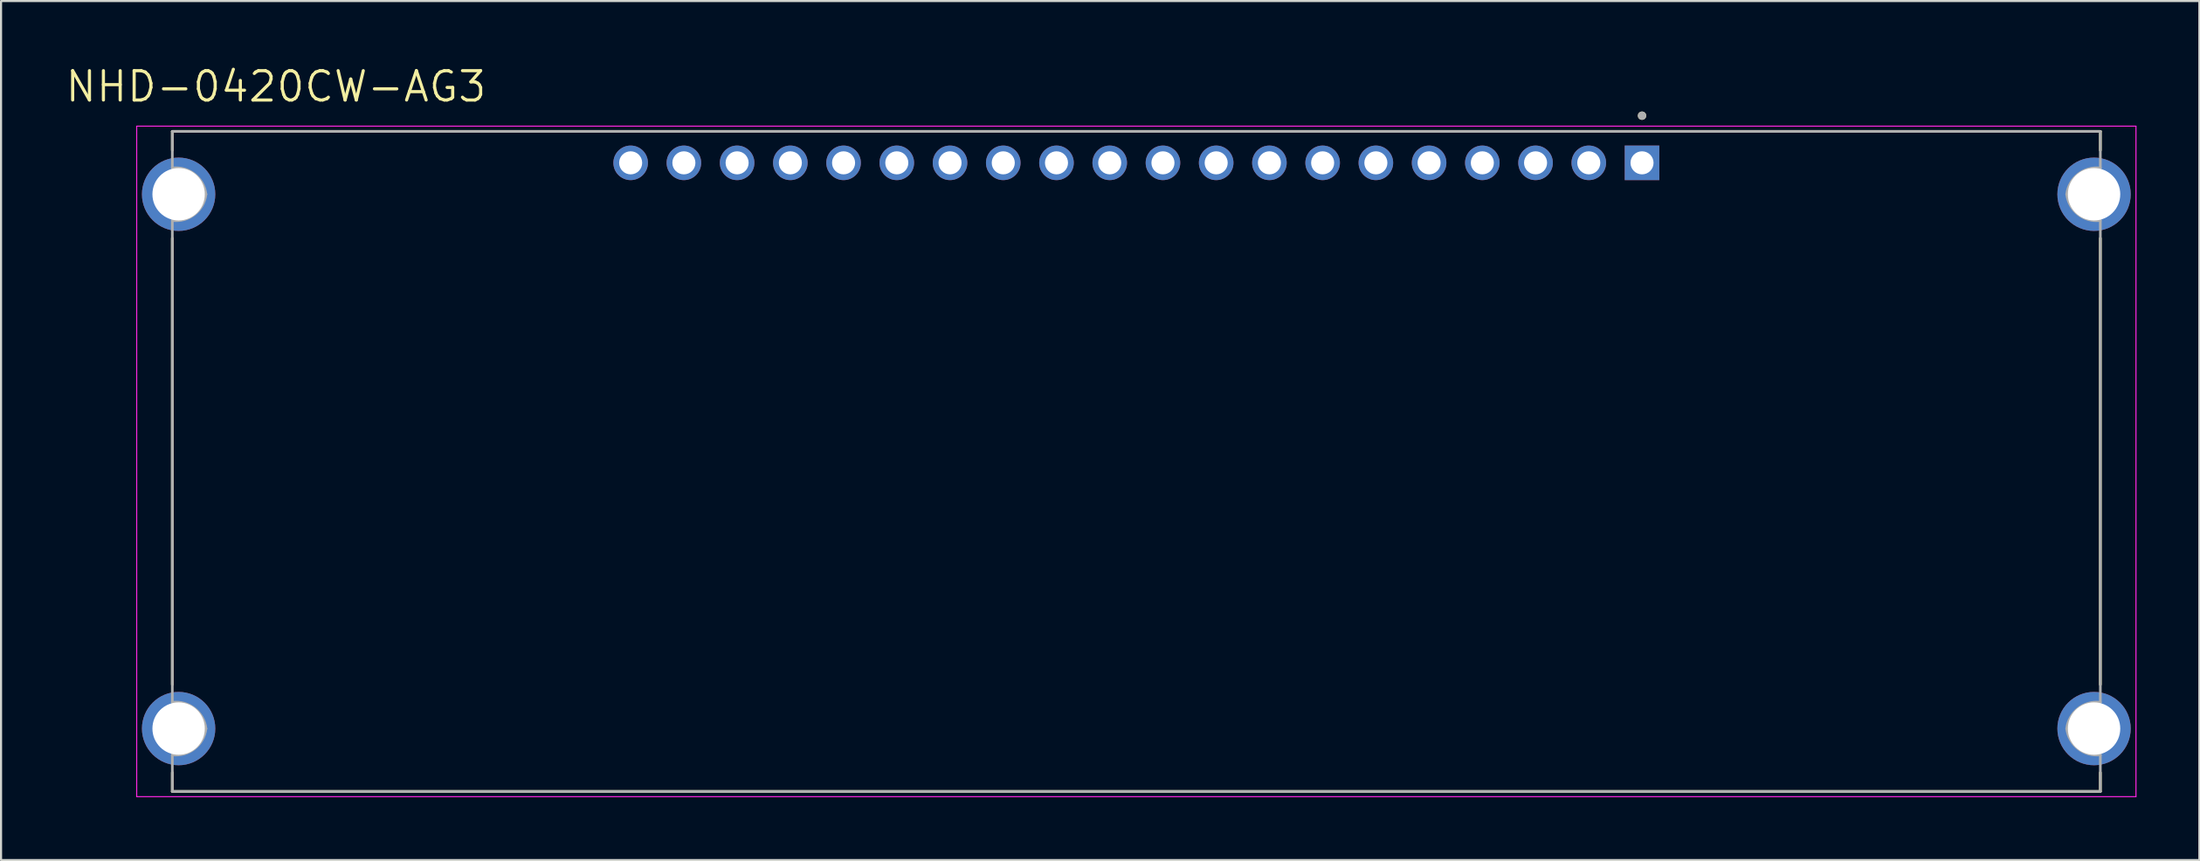
<source format=kicad_pcb>
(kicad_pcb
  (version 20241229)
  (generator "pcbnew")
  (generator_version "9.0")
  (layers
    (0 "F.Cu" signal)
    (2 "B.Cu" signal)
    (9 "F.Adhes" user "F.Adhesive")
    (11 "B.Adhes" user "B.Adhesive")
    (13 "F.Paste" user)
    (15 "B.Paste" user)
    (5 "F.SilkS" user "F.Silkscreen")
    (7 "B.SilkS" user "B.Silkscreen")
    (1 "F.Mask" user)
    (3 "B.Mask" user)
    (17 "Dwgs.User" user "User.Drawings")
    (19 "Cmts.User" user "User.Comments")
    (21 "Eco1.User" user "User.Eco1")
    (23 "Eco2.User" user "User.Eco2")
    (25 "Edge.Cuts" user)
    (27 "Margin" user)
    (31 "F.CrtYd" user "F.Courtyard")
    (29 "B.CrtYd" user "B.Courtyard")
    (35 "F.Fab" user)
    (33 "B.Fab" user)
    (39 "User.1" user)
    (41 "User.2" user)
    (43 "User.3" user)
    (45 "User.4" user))
  (footprint "NHD-0420CW-AG3"
    (layer "F.Cu")
    (at 51.173 18.971)
    (property "Reference" "NHD-0420CW-AG3" (at -41.055 -17.889 0) (layer "F.SilkS") (effects (font (size 1.4 1.4) (thickness 0.15))))
    (attr through_hole)
    (fp_line (start -46 -15.75) (end 46 -15.75) (stroke (width 0.127) (type solid)) (layer "F.SilkS"))
    (fp_line (start -46 -14.85) (end -46 -15.75) (stroke (width 0.127) (type solid)) (layer "F.SilkS"))
    (fp_line (start -46 10.65) (end -46 -10.65) (stroke (width 0.127) (type solid)) (layer "F.SilkS"))
    (fp_line (start -46 15.75) (end -46 14.85) (stroke (width 0.127) (type solid)) (layer "F.SilkS"))
    (fp_line (start 46 -15.75) (end 46 -14.85) (stroke (width 0.127) (type solid)) (layer "F.SilkS"))
    (fp_line (start 46 -10.65) (end 46 10.65) (stroke (width 0.127) (type solid)) (layer "F.SilkS"))
    (fp_line (start 46 14.85) (end 46 15.75) (stroke (width 0.127) (type solid)) (layer "F.SilkS"))
    (fp_line (start 46 15.75) (end -46 15.75) (stroke (width 0.127) (type solid)) (layer "F.SilkS"))
    (fp_circle (center 24.13 -16.5) (end 24.23 -16.5) (stroke (width 0.2) (type solid)) (fill no) (layer "F.SilkS"))
    (fp_line (start -47.7 -16) (end 47.7 -16) (stroke (width 0.05) (type solid)) (layer "F.CrtYd"))
    (fp_line (start -47.7 16) (end -47.7 -16) (stroke (width 0.05) (type solid)) (layer "F.CrtYd"))
    (fp_line (start 47.7 -16) (end 47.7 16) (stroke (width 0.05) (type solid)) (layer "F.CrtYd"))
    (fp_line (start 47.7 16) (end -47.7 16) (stroke (width 0.05) (type solid)) (layer "F.CrtYd"))
    (fp_line (start -46 -15.75) (end 46 -15.75) (stroke (width 0.127) (type solid)) (layer "F.Fab"))
    (fp_line (start -46 -14) (end -46 -15.75) (stroke (width 0.127) (type solid)) (layer "F.Fab"))
    (fp_line (start -46 11.5) (end -46 -11.5) (stroke (width 0.127) (type solid)) (layer "F.Fab"))
    (fp_line (start -46 15.75) (end -46 14) (stroke (width 0.127) (type solid)) (layer "F.Fab"))
    (fp_line (start 46 -15.75) (end 46 -14) (stroke (width 0.127) (type solid)) (layer "F.Fab"))
    (fp_line (start 46 -11.5) (end 46 11.5) (stroke (width 0.127) (type solid)) (layer "F.Fab"))
    (fp_line (start 46 14) (end 46 15.75) (stroke (width 0.127) (type solid)) (layer "F.Fab"))
    (fp_line (start 46 15.75) (end -46 15.75) (stroke (width 0.127) (type solid)) (layer "F.Fab"))
    (fp_arc (start -46 -14) (mid -44.939117 -13.707199) (end -44.396 -12.75) (stroke (width 0.127) (type solid)) (layer "F.Fab"))
    (fp_arc (start -46 11.5) (mid -44.939117 11.792801) (end -44.396 12.75) (stroke (width 0.127) (type solid)) (layer "F.Fab"))
    (fp_arc (start -44.396 -12.75) (mid -44.939117 -11.792801) (end -46 -11.5) (stroke (width 0.127) (type solid)) (layer "F.Fab"))
    (fp_arc (start -44.396 12.75) (mid -44.939117 13.707199) (end -46 14) (stroke (width 0.127) (type solid)) (layer "F.Fab"))
    (fp_arc (start 44.396 -12.75) (mid 44.939117 -13.707199) (end 46 -14) (stroke (width 0.127) (type solid)) (layer "F.Fab"))
    (fp_arc (start 44.396 12.75) (mid 44.939117 11.792801) (end 46 11.5) (stroke (width 0.127) (type solid)) (layer "F.Fab"))
    (fp_arc (start 46 -11.5) (mid 44.939117 -11.792801) (end 44.396 -12.75) (stroke (width 0.127) (type solid)) (layer "F.Fab"))
    (fp_arc (start 46 14) (mid 44.939117 13.707199) (end 44.396 12.75) (stroke (width 0.127) (type solid)) (layer "F.Fab"))
    (fp_circle (center 24.13 -16.5) (end 24.23 -16.5) (stroke (width 0.2) (type solid)) (fill no) (layer "F.Fab"))
    (pad "1" thru_hole rect (at 24.13 -14.25) (size 1.65 1.65) (drill 1.1) (layers "*.Cu" "*.Mask"))
    (pad "2" thru_hole circle (at 21.59 -14.25) (size 1.65 1.65) (drill 1.1) (layers "*.Cu" "*.Mask"))
    (pad "3" thru_hole circle (at 19.05 -14.25) (size 1.65 1.65) (drill 1.1) (layers "*.Cu" "*.Mask"))
    (pad "4" thru_hole circle (at 16.51 -14.25) (size 1.65 1.65) (drill 1.1) (layers "*.Cu" "*.Mask"))
    (pad "5" thru_hole circle (at 13.97 -14.25) (size 1.65 1.65) (drill 1.1) (layers "*.Cu" "*.Mask"))
    (pad "6" thru_hole circle (at 11.43 -14.25) (size 1.65 1.65) (drill 1.1) (layers "*.Cu" "*.Mask"))
    (pad "7" thru_hole circle (at 8.89 -14.25) (size 1.65 1.65) (drill 1.1) (layers "*.Cu" "*.Mask"))
    (pad "8" thru_hole circle (at 6.35 -14.25) (size 1.65 1.65) (drill 1.1) (layers "*.Cu" "*.Mask"))
    (pad "9" thru_hole circle (at 3.81 -14.25) (size 1.65 1.65) (drill 1.1) (layers "*.Cu" "*.Mask"))
    (pad "10" thru_hole circle (at 1.27 -14.25) (size 1.65 1.65) (drill 1.1) (layers "*.Cu" "*.Mask"))
    (pad "11" thru_hole circle (at -1.27 -14.25) (size 1.65 1.65) (drill 1.1) (layers "*.Cu" "*.Mask"))
    (pad "12" thru_hole circle (at -3.81 -14.25) (size 1.65 1.65) (drill 1.1) (layers "*.Cu" "*.Mask"))
    (pad "13" thru_hole circle (at -6.35 -14.25) (size 1.65 1.65) (drill 1.1) (layers "*.Cu" "*.Mask"))
    (pad "14" thru_hole circle (at -8.89 -14.25) (size 1.65 1.65) (drill 1.1) (layers "*.Cu" "*.Mask"))
    (pad "15" thru_hole circle (at -11.43 -14.25) (size 1.65 1.65) (drill 1.1) (layers "*.Cu" "*.Mask"))
    (pad "16" thru_hole circle (at -13.97 -14.25) (size 1.65 1.65) (drill 1.1) (layers "*.Cu" "*.Mask"))
    (pad "17" thru_hole circle (at -16.51 -14.25) (size 1.65 1.65) (drill 1.1) (layers "*.Cu" "*.Mask"))
    (pad "18" thru_hole circle (at -19.05 -14.25) (size 1.65 1.65) (drill 1.1) (layers "*.Cu" "*.Mask"))
    (pad "19" thru_hole circle (at -21.59 -14.25) (size 1.65 1.65) (drill 1.1) (layers "*.Cu" "*.Mask"))
    (pad "20" thru_hole circle (at -24.13 -14.25) (size 1.65 1.65) (drill 1.1) (layers "*.Cu" "*.Mask"))
    (pad "P1" thru_hole circle (at -45.7 -12.75) (size 3.5 3.5) (drill 2.5) (layers "*.Cu" "*.Mask"))
    (pad "P2" thru_hole circle (at -45.7 12.75) (size 3.5 3.5) (drill 2.5) (layers "*.Cu" "*.Mask"))
    (pad "P3" thru_hole circle (at 45.7 -12.75) (size 3.5 3.5) (drill 2.5) (layers "*.Cu" "*.Mask"))
    (pad "P4" thru_hole circle (at 45.7 12.75) (size 3.5 3.5) (drill 2.5) (layers "*.Cu" "*.Mask")))
  (gr_rect
    (start -3 -3)
    (end 101.898 37.996)
    (stroke (width 0.1) (type default))
    (fill no)
    (layer "Edge.Cuts")))
</source>
